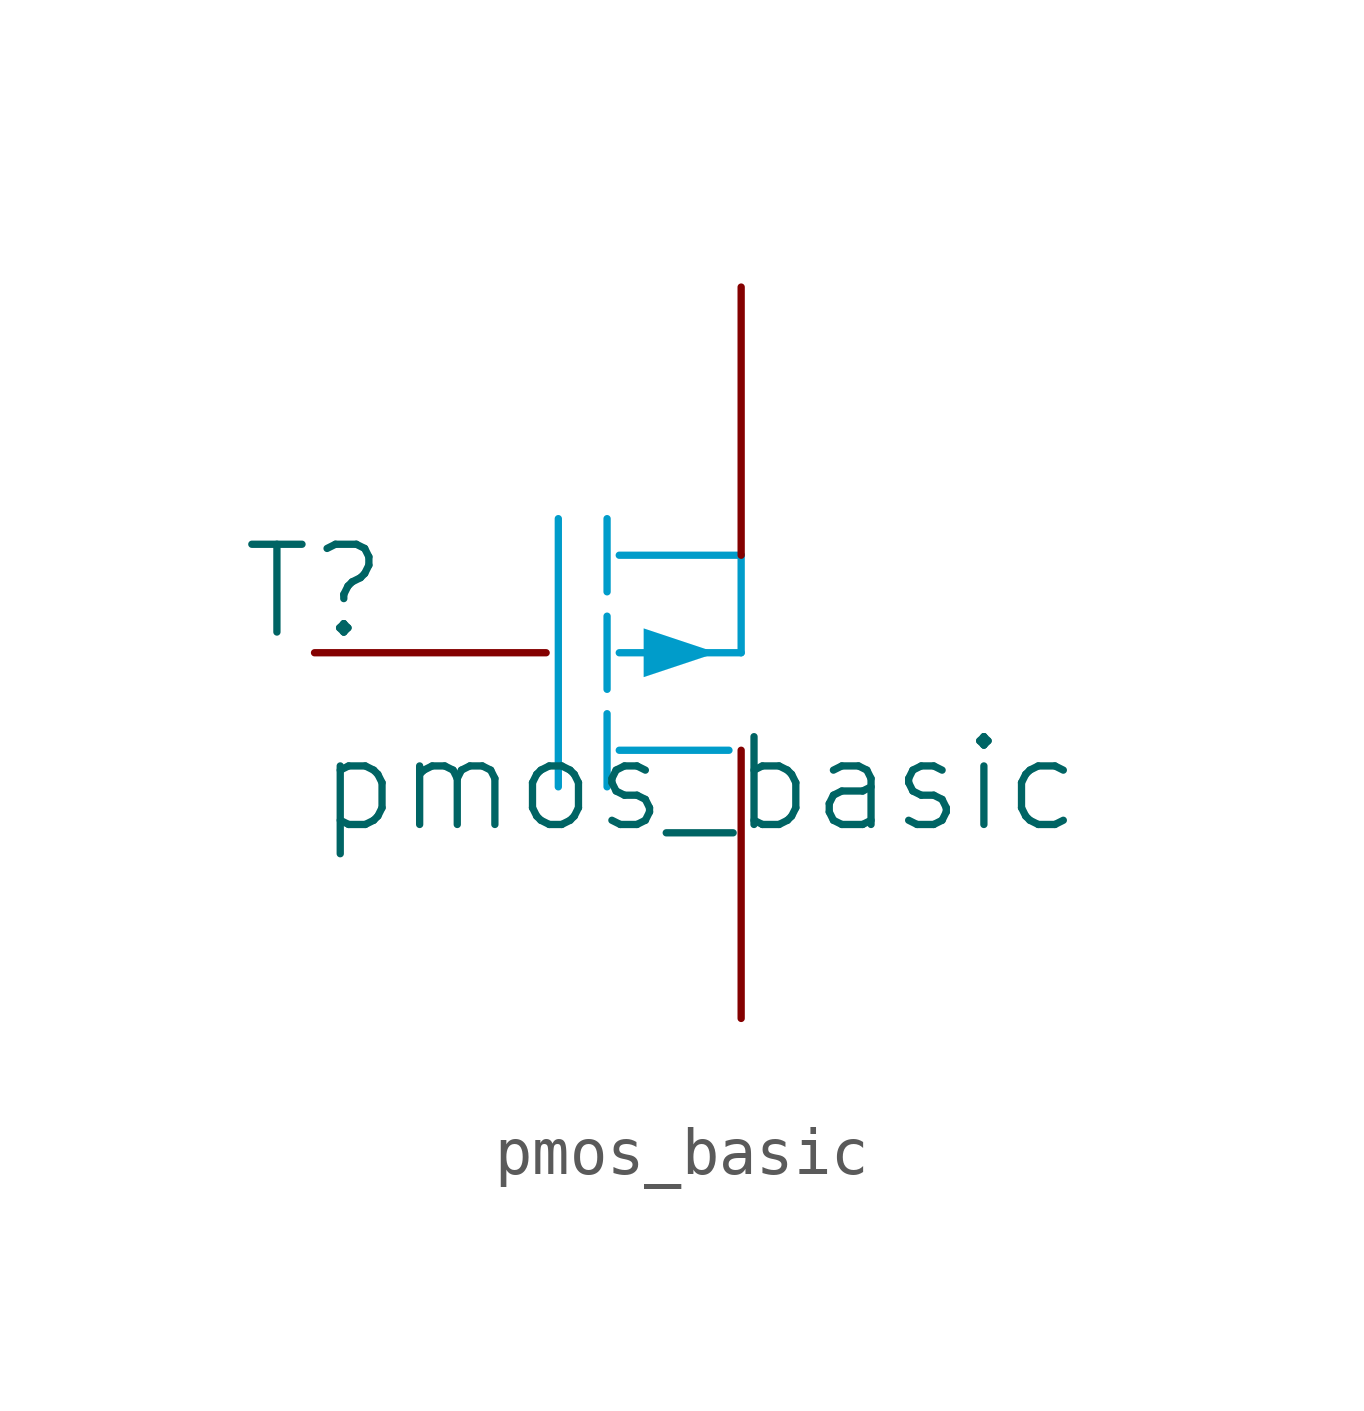
<source format=kicad_sym>
(kicad_symbol_lib
  (version 20241209)
  (generator "kicad_symbol_editor")
  (generator_version "9.0")
  (symbol "pmos_basic"
    (pin_numbers
      (hide yes))
    (pin_names
      (hide yes))
    (property "Reference" "T"
      (at -1.27 1.27 0)
      (effects (font (size 1.829 1.829))))
    (property "Value" "pmos_basic"
      (at -1.27 -3.81 0)
      (effects (font (size 1.829 1.829)) (justify left bottom)))
    (symbol "pmos_basic_1_0"
      (polyline (pts (xy 3.81 2.794) (xy 3.81 -2.794)) (stroke (width 0) (type solid) (color 0 156 202 1)) (fill (type none)))
      (polyline (pts (xy 4.826 2.794) (xy 4.826 1.27)) (stroke (width 0) (type solid) (color 0 156 202 1)) (fill (type none)))
      (polyline (pts (xy 4.826 0.762) (xy 4.826 -0.762)) (stroke (width 0) (type solid) (color 0 156 202 1)) (fill (type none)))
      (polyline (pts (xy 4.826 -1.27) (xy 4.826 -2.794)) (stroke (width 0) (type solid) (color 0 156 202 1)) (fill (type none)))
      (polyline (pts (xy 5.08 0) (xy 7.62 0)) (stroke (width 0) (type solid) (color 0 156 202 1)) (fill (type none)))
      (polyline (pts (xy 5.08 -2.032) (xy 7.366 -2.032)) (stroke (width 0) (type solid) (color 0 156 202 1)) (fill (type none)))
      (polyline (pts (xy 5.588 0.508) (xy 7.112 0) (xy 5.588 -0.508) (xy 5.588 0.508)) (stroke (width -0.0001) (type solid) (color 0 156 202 1)) (fill (type outline)))
      (polyline (pts (xy 7.62 2.032) (xy 5.08 2.032)) (stroke (width 0) (type solid) (color 0 156 202 1)) (fill (type none)))
      (polyline (pts (xy 7.62 0) (xy 7.62 2.032)) (stroke (width 0) (type solid) (color 0 156 202 1)) (fill (type none)))
      (pin passive line (at -1.27 0 0) (length 4.826) (name "G" (effects (font (size 1.27 1.27)))) (number "2" (effects (font (size 1.27 1.27)))))
      (pin passive line (at 7.62 7.62 270) (length 5.588) (name "S" (effects (font (size 1.27 1.27)))) (number "3" (effects (font (size 1.27 1.27)))))
      (pin passive line (at 7.62 -7.62 90) (length 5.588) (name "D" (effects (font (size 1.27 1.27)))) (number "1" (effects (font (size 1.27 1.27))))))))
</source>
